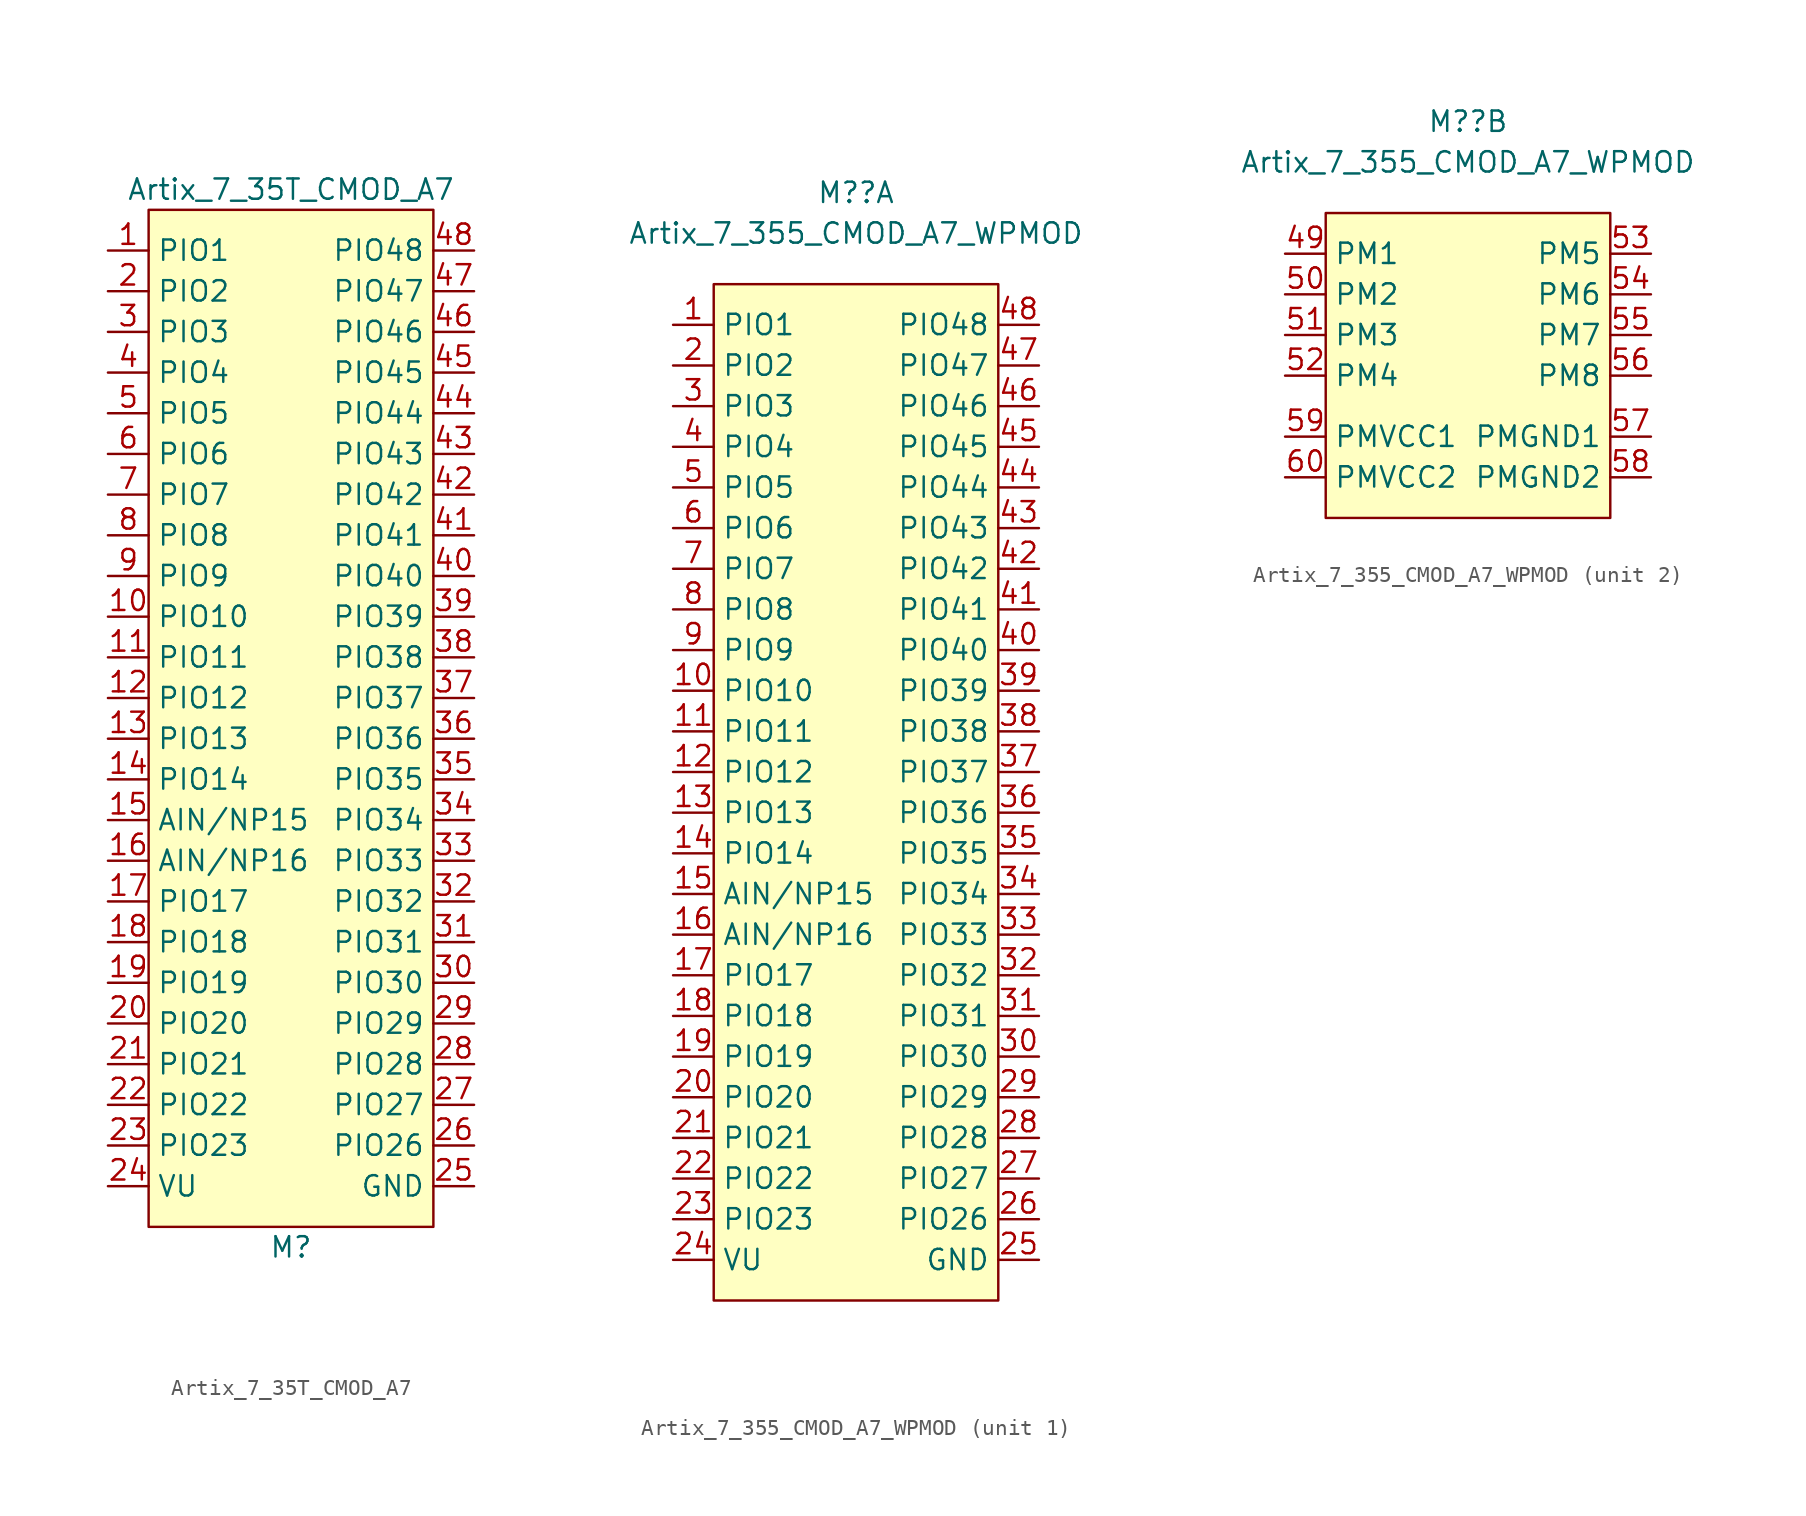
<source format=kicad_sym>
(kicad_symbol_lib
  (version 20211014)
  (generator kicad_symbol_editor)
  (symbol "Artix_7_35T_CMOD_A7"
    (property "Reference" "M"
      (at 8.89 -62.23 0)
      (effects (font (size 1.27 1.27))))
    (property "Value" "Artix_7_35T_CMOD_A7"
      (at 8.89 3.81 0)
      (effects (font (size 1.27 1.27))))
    (symbol "Artix_7_35T_CMOD_A7_0_1"
      (rectangle (start 0 2.54) (end 17.78 -60.96) (stroke (width 0) (type default) (color 0 0 0 0)) (fill (type background))))
    (symbol "Artix_7_35T_CMOD_A7_1_1"
      (pin bidirectional line (at -2.54 0 0) (length 2.54) (name "PIO1" (effects (font (size 1.27 1.27)))) (number "1" (effects (font (size 1.27 1.27)))))
      (pin bidirectional line (at -2.54 -22.86 0) (length 2.54) (name "PIO10" (effects (font (size 1.27 1.27)))) (number "10" (effects (font (size 1.27 1.27)))))
      (pin bidirectional line (at -2.54 -25.4 0) (length 2.54) (name "PIO11" (effects (font (size 1.27 1.27)))) (number "11" (effects (font (size 1.27 1.27)))))
      (pin bidirectional line (at -2.54 -27.94 0) (length 2.54) (name "PIO12" (effects (font (size 1.27 1.27)))) (number "12" (effects (font (size 1.27 1.27)))))
      (pin bidirectional line (at -2.54 -30.48 0) (length 2.54) (name "PIO13" (effects (font (size 1.27 1.27)))) (number "13" (effects (font (size 1.27 1.27)))))
      (pin bidirectional line (at -2.54 -33.02 0) (length 2.54) (name "PIO14" (effects (font (size 1.27 1.27)))) (number "14" (effects (font (size 1.27 1.27)))))
      (pin input line (at -2.54 -35.56 0) (length 2.54) (name "AIN/NP15" (effects (font (size 1.27 1.27)))) (number "15" (effects (font (size 1.27 1.27)))))
      (pin input line (at -2.54 -38.1 0) (length 2.54) (name "AIN/NP16" (effects (font (size 1.27 1.27)))) (number "16" (effects (font (size 1.27 1.27)))))
      (pin bidirectional line (at -2.54 -40.64 0) (length 2.54) (name "PIO17" (effects (font (size 1.27 1.27)))) (number "17" (effects (font (size 1.27 1.27)))))
      (pin bidirectional line (at -2.54 -43.18 0) (length 2.54) (name "PIO18" (effects (font (size 1.27 1.27)))) (number "18" (effects (font (size 1.27 1.27)))))
      (pin bidirectional line (at -2.54 -45.72 0) (length 2.54) (name "PIO19" (effects (font (size 1.27 1.27)))) (number "19" (effects (font (size 1.27 1.27)))))
      (pin bidirectional line (at -2.54 -2.54 0) (length 2.54) (name "PIO2" (effects (font (size 1.27 1.27)))) (number "2" (effects (font (size 1.27 1.27)))))
      (pin bidirectional line (at -2.54 -48.26 0) (length 2.54) (name "PIO20" (effects (font (size 1.27 1.27)))) (number "20" (effects (font (size 1.27 1.27)))))
      (pin bidirectional line (at -2.54 -50.8 0) (length 2.54) (name "PIO21" (effects (font (size 1.27 1.27)))) (number "21" (effects (font (size 1.27 1.27)))))
      (pin bidirectional line (at -2.54 -53.34 0) (length 2.54) (name "PIO22" (effects (font (size 1.27 1.27)))) (number "22" (effects (font (size 1.27 1.27)))))
      (pin bidirectional line (at -2.54 -55.88 0) (length 2.54) (name "PIO23" (effects (font (size 1.27 1.27)))) (number "23" (effects (font (size 1.27 1.27)))))
      (pin power_in line (at -2.54 -58.42 0) (length 2.54) (name "VU" (effects (font (size 1.27 1.27)))) (number "24" (effects (font (size 1.27 1.27)))))
      (pin power_in line (at 20.32 -58.42 180) (length 2.54) (name "GND" (effects (font (size 1.27 1.27)))) (number "25" (effects (font (size 1.27 1.27)))))
      (pin bidirectional line (at 20.32 -55.88 180) (length 2.54) (name "PIO26" (effects (font (size 1.27 1.27)))) (number "26" (effects (font (size 1.27 1.27)))))
      (pin bidirectional line (at 20.32 -53.34 180) (length 2.54) (name "PIO27" (effects (font (size 1.27 1.27)))) (number "27" (effects (font (size 1.27 1.27)))))
      (pin bidirectional line (at 20.32 -50.8 180) (length 2.54) (name "PIO28" (effects (font (size 1.27 1.27)))) (number "28" (effects (font (size 1.27 1.27)))))
      (pin bidirectional line (at 20.32 -48.26 180) (length 2.54) (name "PIO29" (effects (font (size 1.27 1.27)))) (number "29" (effects (font (size 1.27 1.27)))))
      (pin bidirectional line (at -2.54 -5.08 0) (length 2.54) (name "PIO3" (effects (font (size 1.27 1.27)))) (number "3" (effects (font (size 1.27 1.27)))))
      (pin bidirectional line (at 20.32 -45.72 180) (length 2.54) (name "PIO30" (effects (font (size 1.27 1.27)))) (number "30" (effects (font (size 1.27 1.27)))))
      (pin bidirectional line (at 20.32 -43.18 180) (length 2.54) (name "PIO31" (effects (font (size 1.27 1.27)))) (number "31" (effects (font (size 1.27 1.27)))))
      (pin bidirectional line (at 20.32 -40.64 180) (length 2.54) (name "PIO32" (effects (font (size 1.27 1.27)))) (number "32" (effects (font (size 1.27 1.27)))))
      (pin bidirectional line (at 20.32 -38.1 180) (length 2.54) (name "PIO33" (effects (font (size 1.27 1.27)))) (number "33" (effects (font (size 1.27 1.27)))))
      (pin bidirectional line (at 20.32 -35.56 180) (length 2.54) (name "PIO34" (effects (font (size 1.27 1.27)))) (number "34" (effects (font (size 1.27 1.27)))))
      (pin bidirectional line (at 20.32 -33.02 180) (length 2.54) (name "PIO35" (effects (font (size 1.27 1.27)))) (number "35" (effects (font (size 1.27 1.27)))))
      (pin bidirectional line (at 20.32 -30.48 180) (length 2.54) (name "PIO36" (effects (font (size 1.27 1.27)))) (number "36" (effects (font (size 1.27 1.27)))))
      (pin bidirectional line (at 20.32 -27.94 180) (length 2.54) (name "PIO37" (effects (font (size 1.27 1.27)))) (number "37" (effects (font (size 1.27 1.27)))))
      (pin bidirectional line (at 20.32 -25.4 180) (length 2.54) (name "PIO38" (effects (font (size 1.27 1.27)))) (number "38" (effects (font (size 1.27 1.27)))))
      (pin bidirectional line (at 20.32 -22.86 180) (length 2.54) (name "PIO39" (effects (font (size 1.27 1.27)))) (number "39" (effects (font (size 1.27 1.27)))))
      (pin bidirectional line (at -2.54 -7.62 0) (length 2.54) (name "PIO4" (effects (font (size 1.27 1.27)))) (number "4" (effects (font (size 1.27 1.27)))))
      (pin bidirectional line (at 20.32 -20.32 180) (length 2.54) (name "PIO40" (effects (font (size 1.27 1.27)))) (number "40" (effects (font (size 1.27 1.27)))))
      (pin bidirectional line (at 20.32 -17.78 180) (length 2.54) (name "PIO41" (effects (font (size 1.27 1.27)))) (number "41" (effects (font (size 1.27 1.27)))))
      (pin bidirectional line (at 20.32 -15.24 180) (length 2.54) (name "PIO42" (effects (font (size 1.27 1.27)))) (number "42" (effects (font (size 1.27 1.27)))))
      (pin bidirectional line (at 20.32 -12.7 180) (length 2.54) (name "PIO43" (effects (font (size 1.27 1.27)))) (number "43" (effects (font (size 1.27 1.27)))))
      (pin bidirectional line (at 20.32 -10.16 180) (length 2.54) (name "PIO44" (effects (font (size 1.27 1.27)))) (number "44" (effects (font (size 1.27 1.27)))))
      (pin bidirectional line (at 20.32 -7.62 180) (length 2.54) (name "PIO45" (effects (font (size 1.27 1.27)))) (number "45" (effects (font (size 1.27 1.27)))))
      (pin bidirectional line (at 20.32 -5.08 180) (length 2.54) (name "PIO46" (effects (font (size 1.27 1.27)))) (number "46" (effects (font (size 1.27 1.27)))))
      (pin bidirectional line (at 20.32 -2.54 180) (length 2.54) (name "PIO47" (effects (font (size 1.27 1.27)))) (number "47" (effects (font (size 1.27 1.27)))))
      (pin bidirectional line (at 20.32 0 180) (length 2.54) (name "PIO48" (effects (font (size 1.27 1.27)))) (number "48" (effects (font (size 1.27 1.27)))))
      (pin bidirectional line (at -2.54 -10.16 0) (length 2.54) (name "PIO5" (effects (font (size 1.27 1.27)))) (number "5" (effects (font (size 1.27 1.27)))))
      (pin bidirectional line (at -2.54 -12.7 0) (length 2.54) (name "PIO6" (effects (font (size 1.27 1.27)))) (number "6" (effects (font (size 1.27 1.27)))))
      (pin bidirectional line (at -2.54 -15.24 0) (length 2.54) (name "PIO7" (effects (font (size 1.27 1.27)))) (number "7" (effects (font (size 1.27 1.27)))))
      (pin bidirectional line (at -2.54 -17.78 0) (length 2.54) (name "PIO8" (effects (font (size 1.27 1.27)))) (number "8" (effects (font (size 1.27 1.27)))))
      (pin bidirectional line (at -2.54 -20.32 0) (length 2.54) (name "PIO9" (effects (font (size 1.27 1.27)))) (number "9" (effects (font (size 1.27 1.27)))))))
  (symbol "Artix_7_355_CMOD_A7_WPMOD"
    (property "Reference" "M?"
      (at 8.89 5.715 0)
      (effects (font (size 1.27 1.27))))
    (property "Value" "Artix_7_355_CMOD_A7_WPMOD"
      (at 8.89 3.175 0)
      (effects (font (size 1.27 1.27))))
    (property "ki_locked" ""
      (at 0 0 0)
      (effects (font (size 1.27 1.27))))
    (symbol "Artix_7_355_CMOD_A7_WPMOD_1_1"
      (rectangle (start 0 0) (end 17.78 -63.5) (stroke (width 0) (type default) (color 0 0 0 0)) (fill (type background)))
      (pin bidirectional line (at -2.54 -2.54 0) (length 2.54) (name "PIO1" (effects (font (size 1.27 1.27)))) (number "1" (effects (font (size 1.27 1.27)))))
      (pin bidirectional line (at -2.54 -25.4 0) (length 2.54) (name "PIO10" (effects (font (size 1.27 1.27)))) (number "10" (effects (font (size 1.27 1.27)))))
      (pin bidirectional line (at -2.54 -27.94 0) (length 2.54) (name "PIO11" (effects (font (size 1.27 1.27)))) (number "11" (effects (font (size 1.27 1.27)))))
      (pin bidirectional line (at -2.54 -30.48 0) (length 2.54) (name "PIO12" (effects (font (size 1.27 1.27)))) (number "12" (effects (font (size 1.27 1.27)))))
      (pin bidirectional line (at -2.54 -33.02 0) (length 2.54) (name "PIO13" (effects (font (size 1.27 1.27)))) (number "13" (effects (font (size 1.27 1.27)))))
      (pin bidirectional line (at -2.54 -35.56 0) (length 2.54) (name "PIO14" (effects (font (size 1.27 1.27)))) (number "14" (effects (font (size 1.27 1.27)))))
      (pin input line (at -2.54 -38.1 0) (length 2.54) (name "AIN/NP15" (effects (font (size 1.27 1.27)))) (number "15" (effects (font (size 1.27 1.27)))))
      (pin input line (at -2.54 -40.64 0) (length 2.54) (name "AIN/NP16" (effects (font (size 1.27 1.27)))) (number "16" (effects (font (size 1.27 1.27)))))
      (pin bidirectional line (at -2.54 -43.18 0) (length 2.54) (name "PIO17" (effects (font (size 1.27 1.27)))) (number "17" (effects (font (size 1.27 1.27)))))
      (pin bidirectional line (at -2.54 -45.72 0) (length 2.54) (name "PIO18" (effects (font (size 1.27 1.27)))) (number "18" (effects (font (size 1.27 1.27)))))
      (pin bidirectional line (at -2.54 -48.26 0) (length 2.54) (name "PIO19" (effects (font (size 1.27 1.27)))) (number "19" (effects (font (size 1.27 1.27)))))
      (pin bidirectional line (at -2.54 -5.08 0) (length 2.54) (name "PIO2" (effects (font (size 1.27 1.27)))) (number "2" (effects (font (size 1.27 1.27)))))
      (pin bidirectional line (at -2.54 -50.8 0) (length 2.54) (name "PIO20" (effects (font (size 1.27 1.27)))) (number "20" (effects (font (size 1.27 1.27)))))
      (pin bidirectional line (at -2.54 -53.34 0) (length 2.54) (name "PIO21" (effects (font (size 1.27 1.27)))) (number "21" (effects (font (size 1.27 1.27)))))
      (pin bidirectional line (at -2.54 -55.88 0) (length 2.54) (name "PIO22" (effects (font (size 1.27 1.27)))) (number "22" (effects (font (size 1.27 1.27)))))
      (pin bidirectional line (at -2.54 -58.42 0) (length 2.54) (name "PIO23" (effects (font (size 1.27 1.27)))) (number "23" (effects (font (size 1.27 1.27)))))
      (pin power_in line (at -2.54 -60.96 0) (length 2.54) (name "VU" (effects (font (size 1.27 1.27)))) (number "24" (effects (font (size 1.27 1.27)))))
      (pin power_in line (at 20.32 -60.96 180) (length 2.54) (name "GND" (effects (font (size 1.27 1.27)))) (number "25" (effects (font (size 1.27 1.27)))))
      (pin bidirectional line (at 20.32 -58.42 180) (length 2.54) (name "PIO26" (effects (font (size 1.27 1.27)))) (number "26" (effects (font (size 1.27 1.27)))))
      (pin bidirectional line (at 20.32 -55.88 180) (length 2.54) (name "PIO27" (effects (font (size 1.27 1.27)))) (number "27" (effects (font (size 1.27 1.27)))))
      (pin bidirectional line (at 20.32 -53.34 180) (length 2.54) (name "PIO28" (effects (font (size 1.27 1.27)))) (number "28" (effects (font (size 1.27 1.27)))))
      (pin bidirectional line (at 20.32 -50.8 180) (length 2.54) (name "PIO29" (effects (font (size 1.27 1.27)))) (number "29" (effects (font (size 1.27 1.27)))))
      (pin bidirectional line (at -2.54 -7.62 0) (length 2.54) (name "PIO3" (effects (font (size 1.27 1.27)))) (number "3" (effects (font (size 1.27 1.27)))))
      (pin bidirectional line (at 20.32 -48.26 180) (length 2.54) (name "PIO30" (effects (font (size 1.27 1.27)))) (number "30" (effects (font (size 1.27 1.27)))))
      (pin bidirectional line (at 20.32 -45.72 180) (length 2.54) (name "PIO31" (effects (font (size 1.27 1.27)))) (number "31" (effects (font (size 1.27 1.27)))))
      (pin bidirectional line (at 20.32 -43.18 180) (length 2.54) (name "PIO32" (effects (font (size 1.27 1.27)))) (number "32" (effects (font (size 1.27 1.27)))))
      (pin bidirectional line (at 20.32 -40.64 180) (length 2.54) (name "PIO33" (effects (font (size 1.27 1.27)))) (number "33" (effects (font (size 1.27 1.27)))))
      (pin bidirectional line (at 20.32 -38.1 180) (length 2.54) (name "PIO34" (effects (font (size 1.27 1.27)))) (number "34" (effects (font (size 1.27 1.27)))))
      (pin bidirectional line (at 20.32 -35.56 180) (length 2.54) (name "PIO35" (effects (font (size 1.27 1.27)))) (number "35" (effects (font (size 1.27 1.27)))))
      (pin bidirectional line (at 20.32 -33.02 180) (length 2.54) (name "PIO36" (effects (font (size 1.27 1.27)))) (number "36" (effects (font (size 1.27 1.27)))))
      (pin bidirectional line (at 20.32 -30.48 180) (length 2.54) (name "PIO37" (effects (font (size 1.27 1.27)))) (number "37" (effects (font (size 1.27 1.27)))))
      (pin bidirectional line (at 20.32 -27.94 180) (length 2.54) (name "PIO38" (effects (font (size 1.27 1.27)))) (number "38" (effects (font (size 1.27 1.27)))))
      (pin bidirectional line (at 20.32 -25.4 180) (length 2.54) (name "PIO39" (effects (font (size 1.27 1.27)))) (number "39" (effects (font (size 1.27 1.27)))))
      (pin bidirectional line (at -2.54 -10.16 0) (length 2.54) (name "PIO4" (effects (font (size 1.27 1.27)))) (number "4" (effects (font (size 1.27 1.27)))))
      (pin bidirectional line (at 20.32 -22.86 180) (length 2.54) (name "PIO40" (effects (font (size 1.27 1.27)))) (number "40" (effects (font (size 1.27 1.27)))))
      (pin bidirectional line (at 20.32 -20.32 180) (length 2.54) (name "PIO41" (effects (font (size 1.27 1.27)))) (number "41" (effects (font (size 1.27 1.27)))))
      (pin bidirectional line (at 20.32 -17.78 180) (length 2.54) (name "PIO42" (effects (font (size 1.27 1.27)))) (number "42" (effects (font (size 1.27 1.27)))))
      (pin bidirectional line (at 20.32 -15.24 180) (length 2.54) (name "PIO43" (effects (font (size 1.27 1.27)))) (number "43" (effects (font (size 1.27 1.27)))))
      (pin bidirectional line (at 20.32 -12.7 180) (length 2.54) (name "PIO44" (effects (font (size 1.27 1.27)))) (number "44" (effects (font (size 1.27 1.27)))))
      (pin bidirectional line (at 20.32 -10.16 180) (length 2.54) (name "PIO45" (effects (font (size 1.27 1.27)))) (number "45" (effects (font (size 1.27 1.27)))))
      (pin bidirectional line (at 20.32 -7.62 180) (length 2.54) (name "PIO46" (effects (font (size 1.27 1.27)))) (number "46" (effects (font (size 1.27 1.27)))))
      (pin bidirectional line (at 20.32 -5.08 180) (length 2.54) (name "PIO47" (effects (font (size 1.27 1.27)))) (number "47" (effects (font (size 1.27 1.27)))))
      (pin bidirectional line (at 20.32 -2.54 180) (length 2.54) (name "PIO48" (effects (font (size 1.27 1.27)))) (number "48" (effects (font (size 1.27 1.27)))))
      (pin bidirectional line (at -2.54 -12.7 0) (length 2.54) (name "PIO5" (effects (font (size 1.27 1.27)))) (number "5" (effects (font (size 1.27 1.27)))))
      (pin bidirectional line (at -2.54 -15.24 0) (length 2.54) (name "PIO6" (effects (font (size 1.27 1.27)))) (number "6" (effects (font (size 1.27 1.27)))))
      (pin bidirectional line (at -2.54 -17.78 0) (length 2.54) (name "PIO7" (effects (font (size 1.27 1.27)))) (number "7" (effects (font (size 1.27 1.27)))))
      (pin bidirectional line (at -2.54 -20.32 0) (length 2.54) (name "PIO8" (effects (font (size 1.27 1.27)))) (number "8" (effects (font (size 1.27 1.27)))))
      (pin bidirectional line (at -2.54 -22.86 0) (length 2.54) (name "PIO9" (effects (font (size 1.27 1.27)))) (number "9" (effects (font (size 1.27 1.27))))))
    (symbol "Artix_7_355_CMOD_A7_WPMOD_2_1"
      (rectangle (start 0 0) (end 17.78 -19.05) (stroke (width 0) (type default) (color 0 0 0 0)) (fill (type background)))
      (pin bidirectional line (at -2.54 -2.54 0) (length 2.54) (name "PM1" (effects (font (size 1.27 1.27)))) (number "49" (effects (font (size 1.27 1.27)))))
      (pin bidirectional line (at -2.54 -5.08 0) (length 2.54) (name "PM2" (effects (font (size 1.27 1.27)))) (number "50" (effects (font (size 1.27 1.27)))))
      (pin bidirectional line (at -2.54 -7.62 0) (length 2.54) (name "PM3" (effects (font (size 1.27 1.27)))) (number "51" (effects (font (size 1.27 1.27)))))
      (pin bidirectional line (at -2.54 -10.16 0) (length 2.54) (name "PM4" (effects (font (size 1.27 1.27)))) (number "52" (effects (font (size 1.27 1.27)))))
      (pin bidirectional line (at 20.32 -2.54 180) (length 2.54) (name "PM5" (effects (font (size 1.27 1.27)))) (number "53" (effects (font (size 1.27 1.27)))))
      (pin bidirectional line (at 20.32 -5.08 180) (length 2.54) (name "PM6" (effects (font (size 1.27 1.27)))) (number "54" (effects (font (size 1.27 1.27)))))
      (pin bidirectional line (at 20.32 -7.62 180) (length 2.54) (name "PM7" (effects (font (size 1.27 1.27)))) (number "55" (effects (font (size 1.27 1.27)))))
      (pin bidirectional line (at 20.32 -10.16 180) (length 2.54) (name "PM8" (effects (font (size 1.27 1.27)))) (number "56" (effects (font (size 1.27 1.27)))))
      (pin power_in line (at 20.32 -13.97 180) (length 2.54) (name "PMGND1" (effects (font (size 1.27 1.27)))) (number "57" (effects (font (size 1.27 1.27)))))
      (pin power_in line (at 20.32 -16.51 180) (length 2.54) (name "PMGND2" (effects (font (size 1.27 1.27)))) (number "58" (effects (font (size 1.27 1.27)))))
      (pin bidirectional line (at -2.54 -13.97 0) (length 2.54) (name "PMVCC1" (effects (font (size 1.27 1.27)))) (number "59" (effects (font (size 1.27 1.27)))))
      (pin bidirectional line (at -2.54 -16.51 0) (length 2.54) (name "PMVCC2" (effects (font (size 1.27 1.27)))) (number "60" (effects (font (size 1.27 1.27))))))))
</source>
